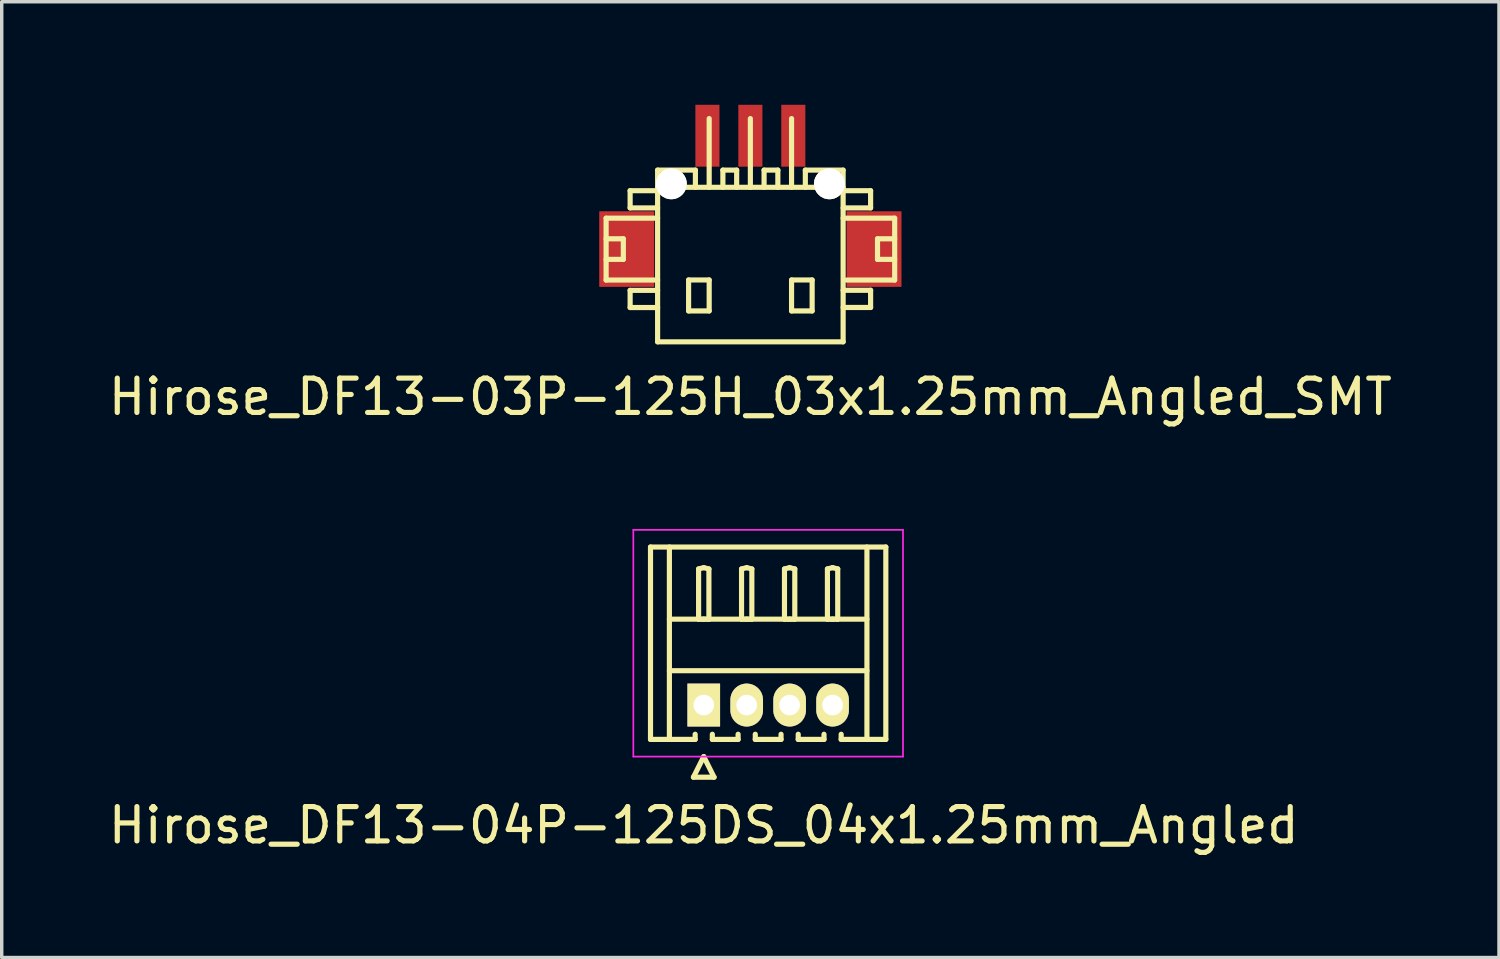
<source format=kicad_pcb>
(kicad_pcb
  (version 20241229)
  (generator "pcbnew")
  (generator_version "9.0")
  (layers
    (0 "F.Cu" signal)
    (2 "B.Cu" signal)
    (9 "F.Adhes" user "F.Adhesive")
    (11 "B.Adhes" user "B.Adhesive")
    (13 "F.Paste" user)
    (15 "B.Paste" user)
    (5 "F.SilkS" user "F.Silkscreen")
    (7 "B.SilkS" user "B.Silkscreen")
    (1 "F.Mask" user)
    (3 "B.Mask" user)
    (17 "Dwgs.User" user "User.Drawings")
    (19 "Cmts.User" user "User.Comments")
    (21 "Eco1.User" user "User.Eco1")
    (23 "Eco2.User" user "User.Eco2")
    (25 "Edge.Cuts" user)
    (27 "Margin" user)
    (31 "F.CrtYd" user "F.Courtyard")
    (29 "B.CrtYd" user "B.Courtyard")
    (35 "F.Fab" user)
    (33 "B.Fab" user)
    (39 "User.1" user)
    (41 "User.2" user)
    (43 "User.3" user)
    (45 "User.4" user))
  (footprint "Hirose_DF13-04P-125DS_04x1.25mm_Angled"
    (layer "F.Cu")
    (at 17.435 17.473)
    (property "Reference" "Hirose_DF13-04P-125DS_04x1.25mm_Angled" (at 0 3.5 0) (layer "F.SilkS") (effects (font (size 1 1) (thickness 0.15))))
    (attr through_hole)
    (fp_line (start -1.55 -4.6) (end 5.3 -4.6) (stroke (width 0.15) (type solid)) (layer "F.SilkS"))
    (fp_line (start -1.55 1) (end -1.55 -4.6) (stroke (width 0.15) (type solid)) (layer "F.SilkS"))
    (fp_line (start -1 -4.6) (end -1 1) (stroke (width 0.15) (type solid)) (layer "F.SilkS"))
    (fp_line (start -1 -2.5) (end 4.75 -2.5) (stroke (width 0.15) (type solid)) (layer "F.SilkS"))
    (fp_line (start -1 -1) (end 4.75 -1) (stroke (width 0.15) (type solid)) (layer "F.SilkS"))
    (fp_line (start -0.3 2.1) (end 0.3 2.1) (stroke (width 0.15) (type solid)) (layer "F.SilkS"))
    (fp_line (start -0.25 0.85) (end -0.25 1) (stroke (width 0.15) (type solid)) (layer "F.SilkS"))
    (fp_line (start -0.25 1) (end -1.55 1) (stroke (width 0.15) (type solid)) (layer "F.SilkS"))
    (fp_line (start -0.15 -3.962) (end 0 -4) (stroke (width 0.15) (type solid)) (layer "F.SilkS"))
    (fp_line (start -0.15 -2.5) (end -0.15 -3.962) (stroke (width 0.15) (type solid)) (layer "F.SilkS"))
    (fp_line (start 0 -4) (end 0.15 -3.962) (stroke (width 0.15) (type solid)) (layer "F.SilkS"))
    (fp_line (start 0 -2.5) (end -0.15 -2.5) (stroke (width 0.15) (type solid)) (layer "F.SilkS"))
    (fp_line (start 0 1.5) (end -0.3 2.1) (stroke (width 0.15) (type solid)) (layer "F.SilkS"))
    (fp_line (start 0.15 -3.962) (end 0.15 -2.5) (stroke (width 0.15) (type solid)) (layer "F.SilkS"))
    (fp_line (start 0.15 -2.5) (end 0 -2.5) (stroke (width 0.15) (type solid)) (layer "F.SilkS"))
    (fp_line (start 0.25 0.85) (end 0.25 1) (stroke (width 0.15) (type solid)) (layer "F.SilkS"))
    (fp_line (start 0.25 1) (end 1 1) (stroke (width 0.15) (type solid)) (layer "F.SilkS"))
    (fp_line (start 0.3 2.1) (end 0 1.5) (stroke (width 0.15) (type solid)) (layer "F.SilkS"))
    (fp_line (start 1 1) (end 1 0.85) (stroke (width 0.15) (type solid)) (layer "F.SilkS"))
    (fp_line (start 1.1 -3.962) (end 1.25 -4) (stroke (width 0.15) (type solid)) (layer "F.SilkS"))
    (fp_line (start 1.1 -2.5) (end 1.1 -3.962) (stroke (width 0.15) (type solid)) (layer "F.SilkS"))
    (fp_line (start 1.25 -4) (end 1.4 -3.962) (stroke (width 0.15) (type solid)) (layer "F.SilkS"))
    (fp_line (start 1.25 -2.5) (end 1.1 -2.5) (stroke (width 0.15) (type solid)) (layer "F.SilkS"))
    (fp_line (start 1.4 -3.962) (end 1.4 -2.5) (stroke (width 0.15) (type solid)) (layer "F.SilkS"))
    (fp_line (start 1.4 -2.5) (end 1.25 -2.5) (stroke (width 0.15) (type solid)) (layer "F.SilkS"))
    (fp_line (start 1.5 0.85) (end 1.5 1) (stroke (width 0.15) (type solid)) (layer "F.SilkS"))
    (fp_line (start 1.5 1) (end 2.25 1) (stroke (width 0.15) (type solid)) (layer "F.SilkS"))
    (fp_line (start 2.25 1) (end 2.25 0.85) (stroke (width 0.15) (type solid)) (layer "F.SilkS"))
    (fp_line (start 2.35 -3.962) (end 2.5 -4) (stroke (width 0.15) (type solid)) (layer "F.SilkS"))
    (fp_line (start 2.35 -2.5) (end 2.35 -3.962) (stroke (width 0.15) (type solid)) (layer "F.SilkS"))
    (fp_line (start 2.5 -4) (end 2.65 -3.962) (stroke (width 0.15) (type solid)) (layer "F.SilkS"))
    (fp_line (start 2.5 -2.5) (end 2.35 -2.5) (stroke (width 0.15) (type solid)) (layer "F.SilkS"))
    (fp_line (start 2.65 -3.962) (end 2.65 -2.5) (stroke (width 0.15) (type solid)) (layer "F.SilkS"))
    (fp_line (start 2.65 -2.5) (end 2.5 -2.5) (stroke (width 0.15) (type solid)) (layer "F.SilkS"))
    (fp_line (start 2.75 0.85) (end 2.75 1) (stroke (width 0.15) (type solid)) (layer "F.SilkS"))
    (fp_line (start 2.75 1) (end 3.5 1) (stroke (width 0.15) (type solid)) (layer "F.SilkS"))
    (fp_line (start 3.5 1) (end 3.5 0.85) (stroke (width 0.15) (type solid)) (layer "F.SilkS"))
    (fp_line (start 3.6 -3.962) (end 3.75 -4) (stroke (width 0.15) (type solid)) (layer "F.SilkS"))
    (fp_line (start 3.6 -2.5) (end 3.6 -3.962) (stroke (width 0.15) (type solid)) (layer "F.SilkS"))
    (fp_line (start 3.75 -4) (end 3.9 -3.962) (stroke (width 0.15) (type solid)) (layer "F.SilkS"))
    (fp_line (start 3.75 -2.5) (end 3.6 -2.5) (stroke (width 0.15) (type solid)) (layer "F.SilkS"))
    (fp_line (start 3.9 -3.962) (end 3.9 -2.5) (stroke (width 0.15) (type solid)) (layer "F.SilkS"))
    (fp_line (start 3.9 -2.5) (end 3.75 -2.5) (stroke (width 0.15) (type solid)) (layer "F.SilkS"))
    (fp_line (start 4 1) (end 4 0.85) (stroke (width 0.15) (type solid)) (layer "F.SilkS"))
    (fp_line (start 4.75 -4.6) (end 4.75 1) (stroke (width 0.15) (type solid)) (layer "F.SilkS"))
    (fp_line (start 5.3 -4.6) (end 5.3 1) (stroke (width 0.15) (type solid)) (layer "F.SilkS"))
    (fp_line (start 5.3 1) (end 4 1) (stroke (width 0.15) (type solid)) (layer "F.SilkS"))
    (fp_line (start -2.05 -5.1) (end -2.05 1.5) (stroke (width 0.05) (type solid)) (layer "F.CrtYd"))
    (fp_line (start -2.05 1.5) (end 5.8 1.5) (stroke (width 0.05) (type solid)) (layer "F.CrtYd"))
    (fp_line (start 5.8 -5.1) (end -2.05 -5.1) (stroke (width 0.05) (type solid)) (layer "F.CrtYd"))
    (fp_line (start 5.8 1.5) (end 5.8 -5.1) (stroke (width 0.05) (type solid)) (layer "F.CrtYd"))
    (pad "1" thru_hole rect (at 0 0) (size 0.95 1.25) (drill 0.6) (layers "*.Cu" "*.Mask" "F.SilkS"))
    (pad "2" thru_hole oval (at 1.25 0) (size 0.95 1.25) (drill 0.6) (layers "*.Cu" "*.Mask" "F.SilkS"))
    (pad "3" thru_hole oval (at 2.5 0) (size 0.95 1.25) (drill 0.6) (layers "*.Cu" "*.Mask" "F.SilkS"))
    (pad "4" thru_hole oval (at 3.75 0) (size 0.95 1.25) (drill 0.6) (layers "*.Cu" "*.Mask" "F.SilkS")))
  (footprint "Hirose_DF13-03P-125H_03x1.25mm_Angled_SMT"
    (layer "F.Cu")
    (at 18.792 4.401)
    (property "Reference" "Hirose_DF13-03P-125H_03x1.25mm_Angled_SMT" (at 0 4.1 0) (layer "F.SilkS") (effects (font (size 1 1) (thickness 0.15))))
    (attr smd)
    (fp_line (start -4.199 -1.1) (end -4.199 0.701) (stroke (width 0.15) (type solid)) (layer "F.SilkS"))
    (fp_line (start -4.199 0.701) (end -2.7 0.701) (stroke (width 0.15) (type solid)) (layer "F.SilkS"))
    (fp_line (start -3.698 -0.5) (end -4.199 -0.5) (stroke (width 0.15) (type solid)) (layer "F.SilkS"))
    (fp_line (start -3.698 0.099) (end -4.199 0.099) (stroke (width 0.15) (type solid)) (layer "F.SilkS"))
    (fp_line (start -3.698 0.099) (end -3.698 -0.5) (stroke (width 0.15) (type solid)) (layer "F.SilkS"))
    (fp_line (start -3.5 -1.9) (end -3.5 -1.4) (stroke (width 0.15) (type solid)) (layer "F.SilkS"))
    (fp_line (start -3.5 -1.9) (end -2.7 -1.9) (stroke (width 0.15) (type solid)) (layer "F.SilkS"))
    (fp_line (start -3.5 1.001) (end -3.5 1.501) (stroke (width 0.15) (type solid)) (layer "F.SilkS"))
    (fp_line (start -3.5 1.501) (end -2.7 1.501) (stroke (width 0.15) (type solid)) (layer "F.SilkS"))
    (fp_line (start -2.7 -1.999) (end 2.7 -1.999) (stroke (width 0.15) (type solid)) (layer "F.SilkS"))
    (fp_line (start -2.7 -1.4) (end -3.5 -1.4) (stroke (width 0.15) (type solid)) (layer "F.SilkS"))
    (fp_line (start -2.7 -1.1) (end -4.199 -1.1) (stroke (width 0.15) (type solid)) (layer "F.SilkS"))
    (fp_line (start -2.7 1.001) (end -3.5 1.001) (stroke (width 0.15) (type solid)) (layer "F.SilkS"))
    (fp_line (start -2.7 2.499) (end -2.7 -2.499) (stroke (width 0.15) (type solid)) (layer "F.SilkS"))
    (fp_line (start -2.7 2.499) (end 2.7 2.499) (stroke (width 0.15) (type solid)) (layer "F.SilkS"))
    (fp_line (start -1.798 0.699) (end -1.798 1.6) (stroke (width 0.15) (type solid)) (layer "F.SilkS"))
    (fp_line (start -1.798 1.6) (end -1.199 1.6) (stroke (width 0.15) (type solid)) (layer "F.SilkS"))
    (fp_line (start -1.6 -2.499) (end -2.7 -2.499) (stroke (width 0.15) (type solid)) (layer "F.SilkS"))
    (fp_line (start -1.6 -2.499) (end -1.6 -1.999) (stroke (width 0.15) (type solid)) (layer "F.SilkS"))
    (fp_line (start -1.199 -4) (end -1.199 -1.999) (stroke (width 0.15) (type solid)) (layer "F.SilkS"))
    (fp_line (start -1.199 0.699) (end -1.798 0.699) (stroke (width 0.15) (type solid)) (layer "F.SilkS"))
    (fp_line (start -1.199 1.6) (end -1.199 0.699) (stroke (width 0.15) (type solid)) (layer "F.SilkS"))
    (fp_line (start -0.8 -2.499) (end -0.399 -2.499) (stroke (width 0.15) (type solid)) (layer "F.SilkS"))
    (fp_line (start -0.8 -1.999) (end -0.8 -2.499) (stroke (width 0.15) (type solid)) (layer "F.SilkS"))
    (fp_line (start -0.399 -2.499) (end -0.399 -1.999) (stroke (width 0.15) (type solid)) (layer "F.SilkS"))
    (fp_line (start 0 -1.999) (end 0 -4) (stroke (width 0.15) (type solid)) (layer "F.SilkS"))
    (fp_line (start 0.399 -2.499) (end 0.399 -1.999) (stroke (width 0.15) (type solid)) (layer "F.SilkS"))
    (fp_line (start 0.8 -2.499) (end 0.399 -2.499) (stroke (width 0.15) (type solid)) (layer "F.SilkS"))
    (fp_line (start 0.8 -2.499) (end 0.8 -1.999) (stroke (width 0.15) (type solid)) (layer "F.SilkS"))
    (fp_line (start 1.199 -1.999) (end 1.199 -4) (stroke (width 0.15) (type solid)) (layer "F.SilkS"))
    (fp_line (start 1.199 0.699) (end 1.798 0.699) (stroke (width 0.15) (type solid)) (layer "F.SilkS"))
    (fp_line (start 1.199 1.6) (end 1.199 0.699) (stroke (width 0.15) (type solid)) (layer "F.SilkS"))
    (fp_line (start 1.6 -2.499) (end 1.6 -1.999) (stroke (width 0.15) (type solid)) (layer "F.SilkS"))
    (fp_line (start 1.798 0.699) (end 1.798 1.6) (stroke (width 0.15) (type solid)) (layer "F.SilkS"))
    (fp_line (start 1.798 1.6) (end 1.199 1.6) (stroke (width 0.15) (type solid)) (layer "F.SilkS"))
    (fp_line (start 2.7 -2.499) (end 1.6 -2.499) (stroke (width 0.15) (type solid)) (layer "F.SilkS"))
    (fp_line (start 2.7 -2.499) (end 2.7 2.499) (stroke (width 0.15) (type solid)) (layer "F.SilkS"))
    (fp_line (start 2.7 -1.9) (end 3.5 -1.9) (stroke (width 0.15) (type solid)) (layer "F.SilkS"))
    (fp_line (start 2.7 0.998) (end 3.5 0.998) (stroke (width 0.15) (type solid)) (layer "F.SilkS"))
    (fp_line (start 3.5 -1.9) (end 3.5 -1.4) (stroke (width 0.15) (type solid)) (layer "F.SilkS"))
    (fp_line (start 3.5 -1.4) (end 2.7 -1.4) (stroke (width 0.15) (type solid)) (layer "F.SilkS"))
    (fp_line (start 3.5 0.998) (end 3.5 1.499) (stroke (width 0.15) (type solid)) (layer "F.SilkS"))
    (fp_line (start 3.5 1.499) (end 2.7 1.499) (stroke (width 0.15) (type solid)) (layer "F.SilkS"))
    (fp_line (start 3.701 0.099) (end 3.701 -0.5) (stroke (width 0.15) (type solid)) (layer "F.SilkS"))
    (fp_line (start 4.199 -1.1) (end 2.7 -1.1) (stroke (width 0.15) (type solid)) (layer "F.SilkS"))
    (fp_line (start 4.199 0.701) (end 2.799 0.701) (stroke (width 0.15) (type solid)) (layer "F.SilkS"))
    (fp_line (start 4.201 -1.1) (end 4.201 0.701) (stroke (width 0.15) (type solid)) (layer "F.SilkS"))
    (fp_line (start 4.201 -0.5) (end 3.701 -0.5) (stroke (width 0.15) (type solid)) (layer "F.SilkS"))
    (fp_line (start 4.201 0.099) (end 3.701 0.099) (stroke (width 0.15) (type solid)) (layer "F.SilkS"))
    (pad "" smd rect (at -3.599 -0.201) (size 1.6 2.2) (layers "F.Cu" "F.Mask" "F.Paste"))
    (pad "" np_thru_hole circle (at -2.301 -2.101) (size 0.899 0.899) (drill 0.899) (layers "*.Cu" "*.Mask" "F.SilkS"))
    (pad "" np_thru_hole circle (at 2.301 -2.101) (size 0.899 0.899) (drill 0.899) (layers "*.Cu" "*.Mask" "F.SilkS"))
    (pad "" smd rect (at 3.599 -0.201) (size 1.6 2.2) (layers "F.Cu" "F.Mask" "F.Paste"))
    (pad "1" smd rect (at 1.25 -3.5) (size 0.701 1.801) (layers "F.Cu" "F.Mask" "F.Paste"))
    (pad "2" smd rect (at 0 -3.5) (size 0.701 1.801) (layers "F.Cu" "F.Mask" "F.Paste"))
    (pad "3" smd rect (at -1.25 -3.5) (size 0.701 1.801) (layers "F.Cu" "F.Mask" "F.Paste")))
  (gr_rect
    (start -3 -3)
    (end 40.583 24.822)
    (stroke (width 0.1) (type default))
    (fill no)
    (layer "Edge.Cuts")))
</source>
